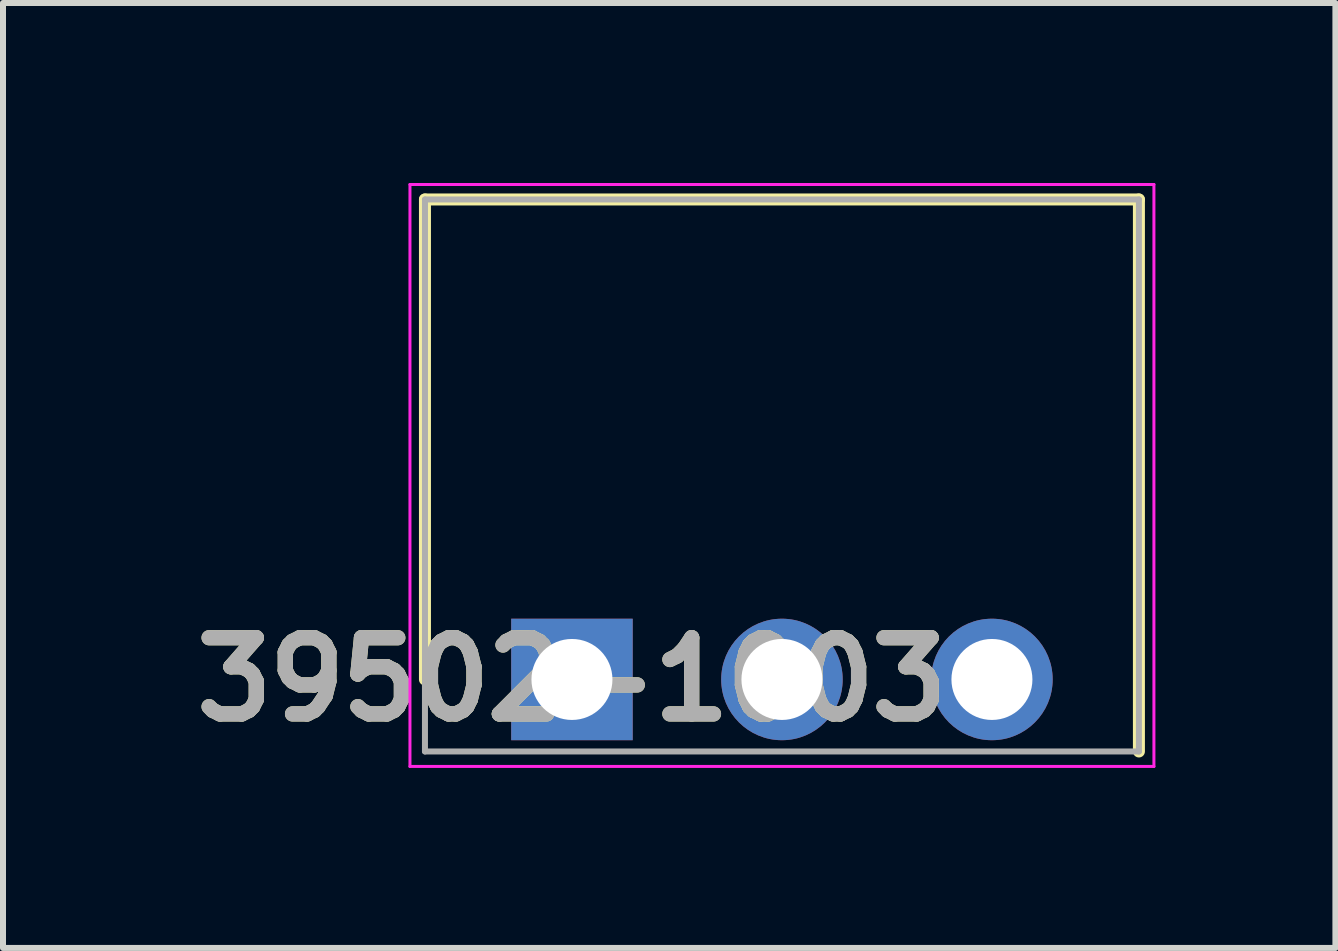
<source format=kicad_pcb>
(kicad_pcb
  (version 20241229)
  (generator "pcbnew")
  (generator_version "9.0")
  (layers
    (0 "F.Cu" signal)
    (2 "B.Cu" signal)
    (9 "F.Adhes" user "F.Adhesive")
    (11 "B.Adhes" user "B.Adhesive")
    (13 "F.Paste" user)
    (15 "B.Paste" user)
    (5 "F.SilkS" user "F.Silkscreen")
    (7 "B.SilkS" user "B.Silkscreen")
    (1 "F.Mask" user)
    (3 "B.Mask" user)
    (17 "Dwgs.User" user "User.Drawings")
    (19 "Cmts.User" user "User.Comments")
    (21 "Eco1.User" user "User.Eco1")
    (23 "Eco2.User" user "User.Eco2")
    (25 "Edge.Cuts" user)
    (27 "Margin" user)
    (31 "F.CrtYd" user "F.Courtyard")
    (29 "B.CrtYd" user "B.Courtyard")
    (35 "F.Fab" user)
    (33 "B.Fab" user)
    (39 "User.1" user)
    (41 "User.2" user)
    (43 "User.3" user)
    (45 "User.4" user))
  (footprint "39502-1003"
    (layer "F.Cu")
    (at 6.483 8.275)
    (property "Reference" "39502-1003" (at 0 0 0) (layer "F.SilkS") (effects (font (size 1.27 1.27) (thickness 0.254))))
    (attr through_hole)
    (fp_line (start -2.45 -8) (end 9.45 -8) (stroke (width 0.2) (type solid)) (layer "F.SilkS"))
    (fp_line (start -2.45 0) (end -2.45 -8) (stroke (width 0.2) (type solid)) (layer "F.SilkS"))
    (fp_line (start 9.45 -8) (end 9.45 1.2) (stroke (width 0.2) (type solid)) (layer "F.SilkS"))
    (fp_line (start -2.7 -8.25) (end -2.7 1.45) (stroke (width 0.05) (type solid)) (layer "F.CrtYd"))
    (fp_line (start -2.7 1.45) (end 9.7 1.45) (stroke (width 0.05) (type solid)) (layer "F.CrtYd"))
    (fp_line (start 9.7 -8.25) (end -2.7 -8.25) (stroke (width 0.05) (type solid)) (layer "F.CrtYd"))
    (fp_line (start 9.7 1.45) (end 9.7 -8.25) (stroke (width 0.05) (type solid)) (layer "F.CrtYd"))
    (fp_line (start -2.45 -8) (end 9.45 -8) (stroke (width 0.1) (type solid)) (layer "F.Fab"))
    (fp_line (start -2.45 1.2) (end -2.45 -8) (stroke (width 0.1) (type solid)) (layer "F.Fab"))
    (fp_line (start 9.45 -8) (end 9.45 1.2) (stroke (width 0.1) (type solid)) (layer "F.Fab"))
    (fp_line (start 9.45 1.2) (end -2.45 1.2) (stroke (width 0.1) (type solid)) (layer "F.Fab"))
    (fp_text user "${REFERENCE}" (at 0 0 0) (layer "F.Fab") (effects (font (size 1.27 1.27) (thickness 0.254))))
    (pad "1" thru_hole rect (at 0 0) (size 2.025 2.025) (drill 1.35) (layers "*.Cu" "*.Mask"))
    (pad "2" thru_hole circle (at 3.5 0) (size 2.025 2.025) (drill 1.35) (layers "*.Cu" "*.Mask"))
    (pad "3" thru_hole circle (at 7 0) (size 2.025 2.025) (drill 1.35) (layers "*.Cu" "*.Mask")))
  (gr_rect
    (start -3 -3)
    (end 19.208 12.75)
    (stroke (width 0.1) (type default))
    (fill no)
    (layer "Edge.Cuts")))
</source>
